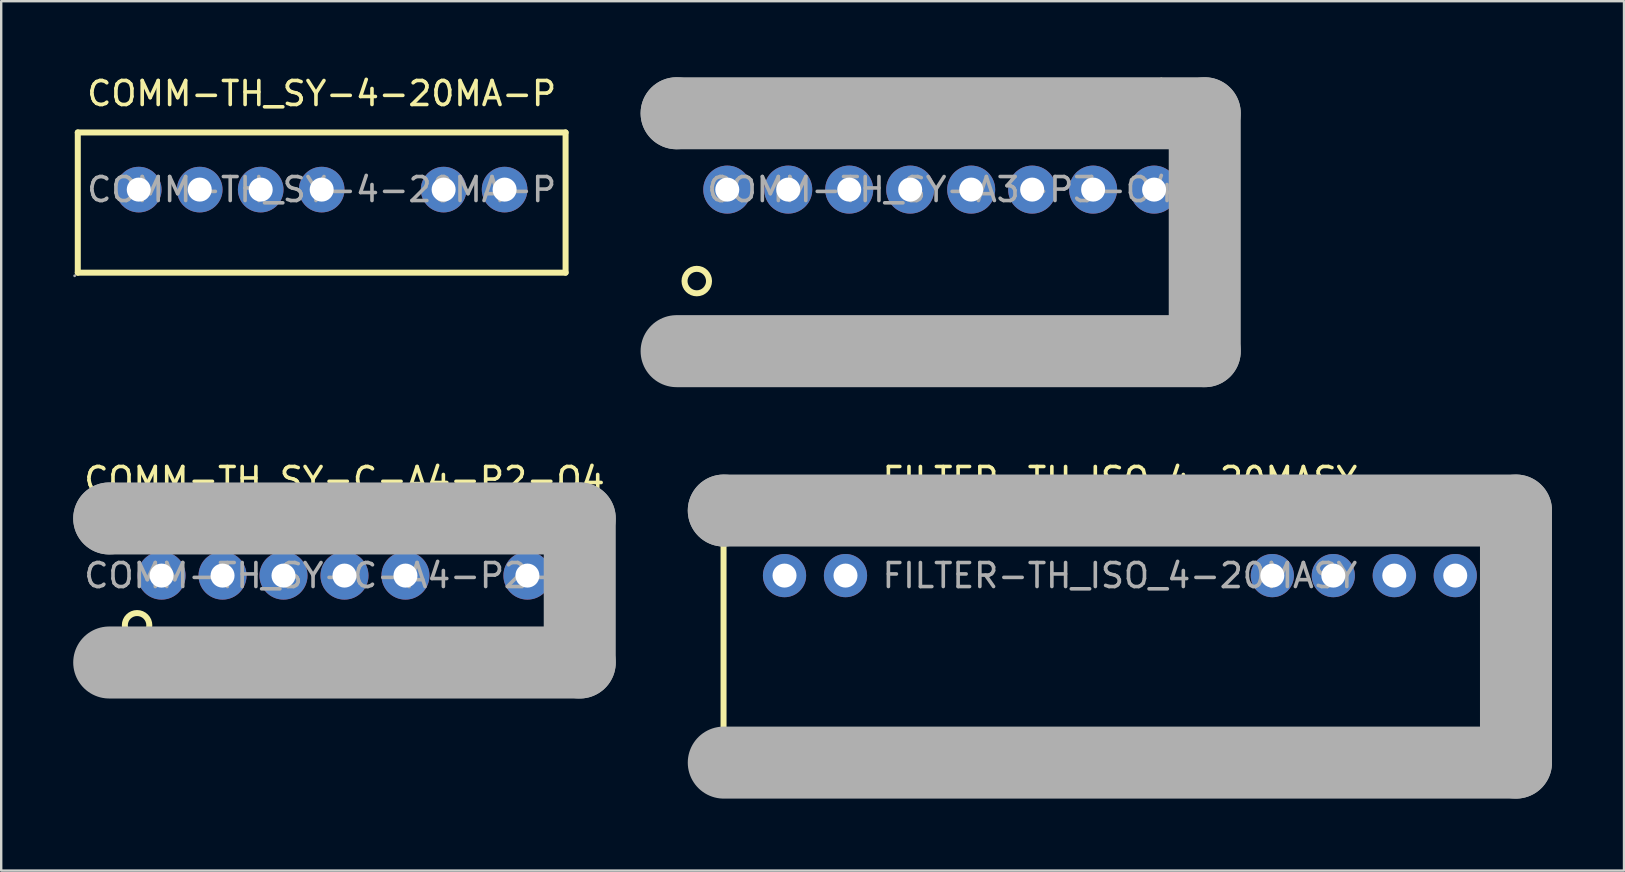
<source format=kicad_pcb>
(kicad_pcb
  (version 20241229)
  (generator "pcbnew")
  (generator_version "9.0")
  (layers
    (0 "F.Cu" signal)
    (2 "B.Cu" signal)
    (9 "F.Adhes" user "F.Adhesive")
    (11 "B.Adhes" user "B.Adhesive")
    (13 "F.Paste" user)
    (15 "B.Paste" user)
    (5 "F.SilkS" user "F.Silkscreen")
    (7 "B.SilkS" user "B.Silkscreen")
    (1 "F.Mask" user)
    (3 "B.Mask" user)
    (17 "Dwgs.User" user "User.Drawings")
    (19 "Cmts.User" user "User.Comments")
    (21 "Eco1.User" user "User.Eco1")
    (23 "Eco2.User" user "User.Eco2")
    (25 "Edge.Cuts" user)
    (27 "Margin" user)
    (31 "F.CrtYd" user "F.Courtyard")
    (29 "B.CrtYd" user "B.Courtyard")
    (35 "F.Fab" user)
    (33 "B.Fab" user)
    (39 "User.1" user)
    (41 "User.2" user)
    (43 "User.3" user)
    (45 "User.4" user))
  (footprint "COMM-TH_SY-4-20MA-P"
    (layer "F.Cu")
    (at 10.35 4.848)
    (property "Reference" "COMM-TH_SY-4-20MA-P" (at 0 -4 0) (layer "F.SilkS") (effects (font (size 1 1) (thickness 0.15))))
    (attr through_hole)
    (fp_line (start -10.16 -2.38) (end 10.16 -2.38) (stroke (width 0.25) (type solid)) (layer "F.SilkS"))
    (fp_line (start -10.16 3.46) (end -10.16 -2.38) (stroke (width 0.25) (type solid)) (layer "F.SilkS"))
    (fp_line (start 10.16 -2.38) (end 10.16 3.46) (stroke (width 0.25) (type solid)) (layer "F.SilkS"))
    (fp_line (start 10.16 3.46) (end -10.16 3.46) (stroke (width 0.25) (type solid)) (layer "F.SilkS"))
    (fp_circle (center -10.29 3.59) (end -10.26 3.59) (stroke (width 0.06) (type solid)) (fill no) (layer "F.Fab"))
    (fp_circle (center -7.62 0) (end -7.42 0) (stroke (width 0.4) (type solid)) (fill no) (layer "F.Fab"))
    (fp_circle (center -5.08 0) (end -4.88 0) (stroke (width 0.4) (type solid)) (fill no) (layer "F.Fab"))
    (fp_circle (center -2.54 0) (end -2.34 0) (stroke (width 0.4) (type solid)) (fill no) (layer "F.Fab"))
    (fp_circle (center 0 0) (end 0.2 0) (stroke (width 0.4) (type solid)) (fill no) (layer "F.Fab"))
    (fp_circle (center 5.08 0) (end 5.28 0) (stroke (width 0.4) (type solid)) (fill no) (layer "F.Fab"))
    (fp_circle (center 7.62 0) (end 7.82 0) (stroke (width 0.4) (type solid)) (fill no) (layer "F.Fab"))
    (fp_text user "${REFERENCE}" (at 0 0 0) (layer "F.Fab") (effects (font (size 1 1) (thickness 0.15))))
    (pad "1" thru_hole circle (at -7.62 0) (size 1.9 1.9) (drill 1) (layers "*.Cu" "*.Paste" "*.Mask"))
    (pad "2" thru_hole circle (at -5.08 0) (size 1.9 1.9) (drill 1) (layers "*.Cu" "*.Paste" "*.Mask"))
    (pad "3" thru_hole circle (at -2.54 0) (size 1.9 1.9) (drill 1) (layers "*.Cu" "*.Paste" "*.Mask"))
    (pad "4" thru_hole circle (at 0 0) (size 1.9 1.9) (drill 1) (layers "*.Cu" "*.Paste" "*.Mask"))
    (pad "6" thru_hole circle (at 5.08 0) (size 1.9 1.9) (drill 1) (layers "*.Cu" "*.Paste" "*.Mask"))
    (pad "7" thru_hole circle (at 7.62 0) (size 1.9 1.9) (drill 1) (layers "*.Cu" "*.Paste" "*.Mask")))
  (footprint "COMM-TH_SY-A3-P3-O4"
    (layer "F.Cu")
    (at 36.135 4.848)
    (property "Reference" "COMM-TH_SY-A3-P3-O4" (at 0 -4 0) (layer "F.SilkS") (effects (font (size 1 1) (thickness 0.15))))
    (attr through_hole)
    (fp_circle (center -10.16 3.81) (end -9.65 3.81) (stroke (width 0.25) (type solid)) (fill no) (layer "F.SilkS"))
    (fp_line (start -11 -3.18) (end -11 -3.18) (stroke (width 3) (type solid)) (layer "F.Fab"))
    (fp_line (start -11 -3.18) (end 11 -3.18) (stroke (width 3) (type solid)) (layer "F.Fab"))
    (fp_line (start 11 -3.18) (end 11 6.73) (stroke (width 3) (type solid)) (layer "F.Fab"))
    (fp_line (start 11 6.73) (end -11 6.73) (stroke (width 3) (type solid)) (layer "F.Fab"))
    (fp_circle (center -11.13 6.86) (end -11.1 6.86) (stroke (width 0.06) (type solid)) (fill no) (layer "F.Fab"))
    (fp_circle (center -8.89 0) (end -8.69 0) (stroke (width 0.4) (type solid)) (fill no) (layer "F.Fab"))
    (fp_circle (center -6.35 0) (end -6.15 0) (stroke (width 0.4) (type solid)) (fill no) (layer "F.Fab"))
    (fp_circle (center -3.81 0) (end -3.61 0) (stroke (width 0.4) (type solid)) (fill no) (layer "F.Fab"))
    (fp_circle (center -1.27 0) (end -1.07 0) (stroke (width 0.4) (type solid)) (fill no) (layer "F.Fab"))
    (fp_circle (center 1.27 0) (end 1.47 0) (stroke (width 0.4) (type solid)) (fill no) (layer "F.Fab"))
    (fp_circle (center 3.81 0) (end 4.01 0) (stroke (width 0.4) (type solid)) (fill no) (layer "F.Fab"))
    (fp_circle (center 6.35 0) (end 6.55 0) (stroke (width 0.4) (type solid)) (fill no) (layer "F.Fab"))
    (fp_circle (center 8.89 0) (end 9.09 0) (stroke (width 0.4) (type solid)) (fill no) (layer "F.Fab"))
    (fp_text user "${REFERENCE}" (at 0 0 0) (layer "F.Fab") (effects (font (size 1 1) (thickness 0.15))))
    (pad "1" thru_hole circle (at -8.89 0) (size 2 2) (drill 1) (layers "*.Cu" "*.Paste" "*.Mask"))
    (pad "2" thru_hole circle (at -6.35 0) (size 2 2) (drill 1) (layers "*.Cu" "*.Paste" "*.Mask"))
    (pad "3" thru_hole circle (at -3.81 0) (size 2 2) (drill 1) (layers "*.Cu" "*.Paste" "*.Mask"))
    (pad "4" thru_hole circle (at -1.27 0) (size 2 2) (drill 1) (layers "*.Cu" "*.Paste" "*.Mask"))
    (pad "5" thru_hole circle (at 1.27 0) (size 2 2) (drill 1) (layers "*.Cu" "*.Paste" "*.Mask"))
    (pad "6" thru_hole circle (at 3.81 0) (size 2 2) (drill 1) (layers "*.Cu" "*.Paste" "*.Mask"))
    (pad "7" thru_hole circle (at 6.35 0) (size 2 2) (drill 1) (layers "*.Cu" "*.Paste" "*.Mask"))
    (pad "8" thru_hole circle (at 8.89 0) (size 2 2) (drill 1) (layers "*.Cu" "*.Paste" "*.Mask")))
  (footprint "COMM-TH_SY-C-A4-P2-O4"
    (layer "F.Cu")
    (at 11.3 20.927)
    (property "Reference" "COMM-TH_SY-C-A4-P2-O4" (at 0 -4 0) (layer "F.SilkS") (effects (font (size 1 1) (thickness 0.15))))
    (attr through_hole)
    (fp_circle (center -8.64 2.07) (end -8.13 2.07) (stroke (width 0.25) (type solid)) (fill no) (layer "F.SilkS"))
    (fp_line (start -9.8 -2.38) (end -9.8 -2.38) (stroke (width 3) (type solid)) (layer "F.Fab"))
    (fp_line (start -9.8 -2.38) (end 9.8 -2.38) (stroke (width 3) (type solid)) (layer "F.Fab"))
    (fp_line (start 9.8 -2.38) (end 9.8 3.62) (stroke (width 3) (type solid)) (layer "F.Fab"))
    (fp_line (start 9.8 3.62) (end -9.8 3.62) (stroke (width 3) (type solid)) (layer "F.Fab"))
    (fp_circle (center -9.93 3.8) (end -9.9 3.8) (stroke (width 0.06) (type solid)) (fill no) (layer "F.Fab"))
    (fp_circle (center -7.62 0) (end -7.42 0) (stroke (width 0.4) (type solid)) (fill no) (layer "F.Fab"))
    (fp_circle (center -5.08 0) (end -4.88 0) (stroke (width 0.4) (type solid)) (fill no) (layer "F.Fab"))
    (fp_circle (center -2.54 0) (end -2.34 0) (stroke (width 0.4) (type solid)) (fill no) (layer "F.Fab"))
    (fp_circle (center 0 0) (end 0.2 0) (stroke (width 0.4) (type solid)) (fill no) (layer "F.Fab"))
    (fp_circle (center 2.54 0) (end 2.74 0) (stroke (width 0.4) (type solid)) (fill no) (layer "F.Fab"))
    (fp_circle (center 7.62 0) (end 7.82 0) (stroke (width 0.4) (type solid)) (fill no) (layer "F.Fab"))
    (fp_text user "${REFERENCE}" (at 0 0 0) (layer "F.Fab") (effects (font (size 1 1) (thickness 0.15))))
    (pad "1" thru_hole circle (at -7.62 0) (size 2 2) (drill 1) (layers "*.Cu" "*.Paste" "*.Mask"))
    (pad "2" thru_hole circle (at -5.08 0) (size 2 2) (drill 1) (layers "*.Cu" "*.Paste" "*.Mask"))
    (pad "3" thru_hole circle (at -2.54 0) (size 2 2) (drill 1) (layers "*.Cu" "*.Paste" "*.Mask"))
    (pad "4" thru_hole circle (at 0 0) (size 2 2) (drill 1) (layers "*.Cu" "*.Paste" "*.Mask"))
    (pad "5" thru_hole circle (at 2.54 0) (size 2 2) (drill 1) (layers "*.Cu" "*.Paste" "*.Mask"))
    (pad "7" thru_hole circle (at 7.62 0) (size 2 2) (drill 1) (layers "*.Cu" "*.Paste" "*.Mask")))
  (footprint "FILTER-TH_ISO_4-20MASY"
    (layer "F.Cu")
    (at 43.6 20.927)
    (property "Reference" "FILTER-TH_ISO_4-20MASY" (at 0 -4 0) (layer "F.SilkS") (effects (font (size 1 1) (thickness 0.15))))
    (attr through_hole)
    (fp_line (start -16.51 7.11) (end -16.51 -2.54) (stroke (width 0.25) (type solid)) (layer "F.SilkS"))
    (fp_line (start 16.51 -2.54) (end 16.51 7.11) (stroke (width 0.25) (type solid)) (layer "F.SilkS"))
    (fp_line (start -16.5 -2.71) (end -16.5 -2.71) (stroke (width 3) (type solid)) (layer "F.Fab"))
    (fp_line (start -16.5 -2.71) (end 16.5 -2.71) (stroke (width 3) (type solid)) (layer "F.Fab"))
    (fp_line (start 16.5 -2.71) (end 16.5 7.79) (stroke (width 3) (type solid)) (layer "F.Fab"))
    (fp_line (start 16.5 7.79) (end -16.5 7.79) (stroke (width 3) (type solid)) (layer "F.Fab"))
    (fp_circle (center -16.64 7.92) (end -16.61 7.92) (stroke (width 0.06) (type solid)) (fill no) (layer "F.Fab"))
    (fp_circle (center -13.97 0) (end -13.77 0) (stroke (width 0.4) (type solid)) (fill no) (layer "F.Fab"))
    (fp_circle (center -11.43 0) (end -11.23 0) (stroke (width 0.4) (type solid)) (fill no) (layer "F.Fab"))
    (fp_circle (center 6.35 0) (end 6.55 0) (stroke (width 0.4) (type solid)) (fill no) (layer "F.Fab"))
    (fp_circle (center 8.89 0) (end 9.09 0) (stroke (width 0.4) (type solid)) (fill no) (layer "F.Fab"))
    (fp_circle (center 11.43 0) (end 11.63 0) (stroke (width 0.4) (type solid)) (fill no) (layer "F.Fab"))
    (fp_circle (center 13.97 0) (end 14.17 0) (stroke (width 0.4) (type solid)) (fill no) (layer "F.Fab"))
    (fp_text user "${REFERENCE}" (at 0 0 0) (layer "F.Fab") (effects (font (size 1 1) (thickness 0.15))))
    (pad "1" thru_hole circle (at -13.97 0) (size 1.8 1.8) (drill 1) (layers "*.Cu" "*.Paste" "*.Mask"))
    (pad "2" thru_hole circle (at -11.43 0) (size 1.8 1.8) (drill 1) (layers "*.Cu" "*.Paste" "*.Mask"))
    (pad "9" thru_hole circle (at 6.35 0) (size 1.8 1.8) (drill 1) (layers "*.Cu" "*.Paste" "*.Mask"))
    (pad "10" thru_hole circle (at 8.89 0) (size 1.8 1.8) (drill 1) (layers "*.Cu" "*.Paste" "*.Mask"))
    (pad "11" thru_hole circle (at 11.43 0) (size 1.8 1.8) (drill 1) (layers "*.Cu" "*.Paste" "*.Mask"))
    (pad "12" thru_hole circle (at 13.97 0) (size 1.8 1.8) (drill 1) (layers "*.Cu" "*.Paste" "*.Mask")))
  (gr_rect
    (start -3 -3)
    (end 64.6 33.217)
    (stroke (width 0.1) (type default))
    (fill no)
    (layer "Edge.Cuts")))
</source>
